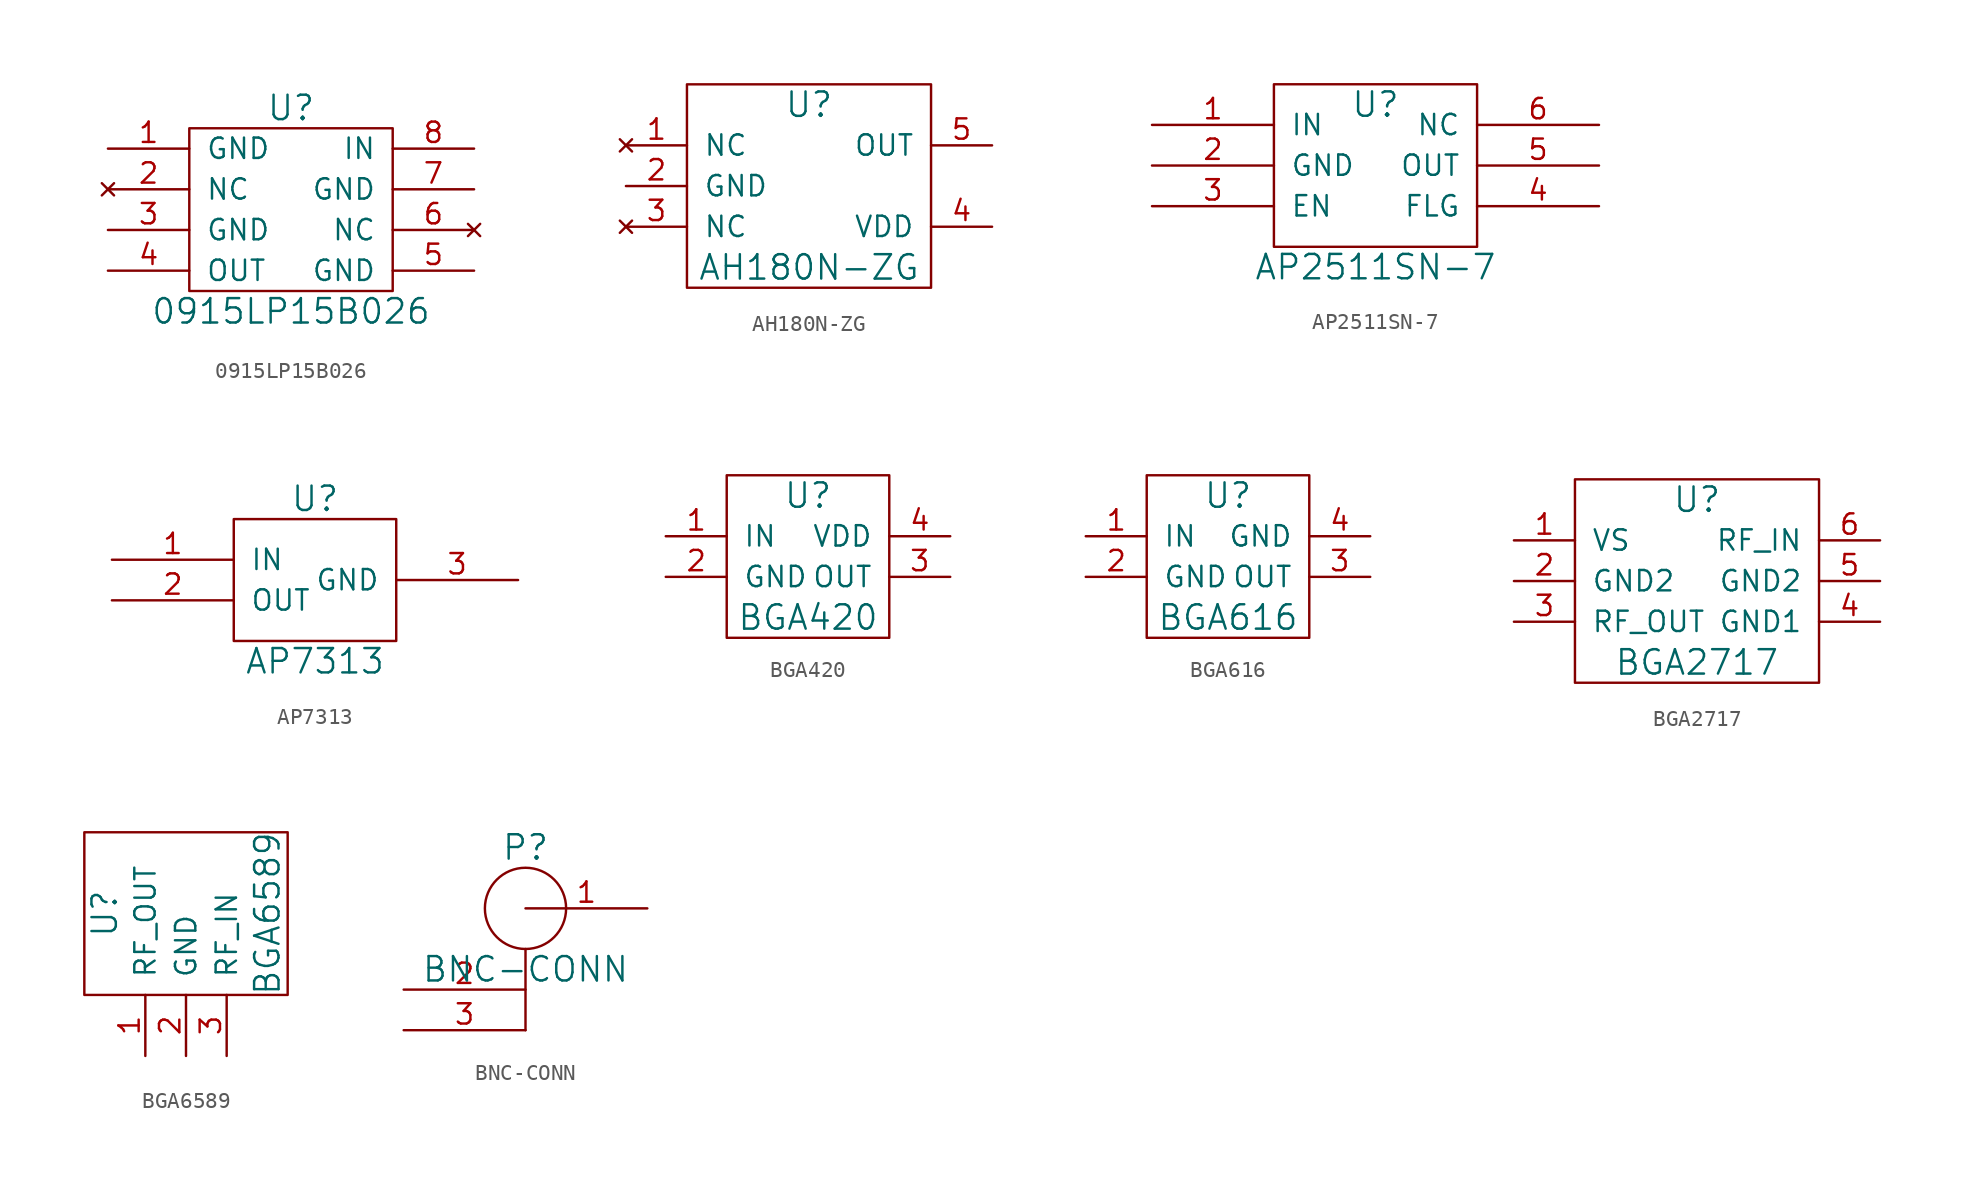
<source format=kicad_sym>
(kicad_symbol_lib
  (version 20211014)
  (generator kicad_symbol_editor)
  (symbol "0915LP15B026"
    (pin_names
      (offset 1.016))
    (property "Reference" "U"
      (at 0 6.35 0)
      (effects (font (size 1.524 1.524))))
    (property "Value" "0915LP15B026"
      (at 0 -6.35 0)
      (effects (font (size 1.524 1.524))))
    (property "Footprint" ""
      (at 0 0 0)
      (effects (font (size 1.524 1.524))))
    (property "Datasheet" ""
      (at 0 0 0)
      (effects (font (size 1.524 1.524))))
    (symbol "0915LP15B026_0_1"
      (rectangle (start -6.35 5.08) (end 6.35 -5.08) (stroke (width 0) (type default) (color 0 0 0 0)) (fill (type none))))
    (symbol "0915LP15B026_1_1"
      (pin power_in line (at -11.43 3.81 0) (length 5.08) (name "GND" (effects (font (size 1.27 1.27)))) (number "1" (effects (font (size 1.27 1.27)))))
      (pin no_connect line (at -11.43 1.27 0) (length 5.08) (name "NC" (effects (font (size 1.27 1.27)))) (number "2" (effects (font (size 1.27 1.27)))))
      (pin power_in line (at -11.43 -1.27 0) (length 5.08) (name "GND" (effects (font (size 1.27 1.27)))) (number "3" (effects (font (size 1.27 1.27)))))
      (pin bidirectional line (at -11.43 -3.81 0) (length 5.08) (name "OUT" (effects (font (size 1.27 1.27)))) (number "4" (effects (font (size 1.27 1.27)))))
      (pin power_in line (at 11.43 -3.81 180) (length 5.08) (name "GND" (effects (font (size 1.27 1.27)))) (number "5" (effects (font (size 1.27 1.27)))))
      (pin no_connect line (at 11.43 -1.27 180) (length 5.08) (name "NC" (effects (font (size 1.27 1.27)))) (number "6" (effects (font (size 1.27 1.27)))))
      (pin power_in line (at 11.43 1.27 180) (length 5.08) (name "GND" (effects (font (size 1.27 1.27)))) (number "7" (effects (font (size 1.27 1.27)))))
      (pin bidirectional line (at 11.43 3.81 180) (length 5.08) (name "IN" (effects (font (size 1.27 1.27)))) (number "8" (effects (font (size 1.27 1.27)))))))
  (symbol "AH180N-ZG"
    (pin_names
      (offset 1.016))
    (property "Reference" "U"
      (at 0 5.08 0)
      (effects (font (size 1.524 1.524))))
    (property "Value" "AH180N-ZG"
      (at 0 -5.08 0)
      (effects (font (size 1.524 1.524))))
    (property "Footprint" ""
      (at 0 0 0)
      (effects (font (size 1.524 1.524))))
    (property "Datasheet" ""
      (at 0 0 0)
      (effects (font (size 1.524 1.524))))
    (symbol "AH180N-ZG_0_1"
      (rectangle (start -7.62 6.35) (end 7.62 -6.35) (stroke (width 0) (type default) (color 0 0 0 0)) (fill (type none))))
    (symbol "AH180N-ZG_1_1"
      (pin no_connect line (at -11.43 2.54 0) (length 3.81) (name "NC" (effects (font (size 1.27 1.27)))) (number "1" (effects (font (size 1.27 1.27)))))
      (pin power_in line (at -11.43 0 0) (length 3.81) (name "GND" (effects (font (size 1.27 1.27)))) (number "2" (effects (font (size 1.27 1.27)))))
      (pin no_connect line (at -11.43 -2.54 0) (length 3.81) (name "NC" (effects (font (size 1.27 1.27)))) (number "3" (effects (font (size 1.27 1.27)))))
      (pin power_in line (at 11.43 -2.54 180) (length 3.81) (name "VDD" (effects (font (size 1.27 1.27)))) (number "4" (effects (font (size 1.27 1.27)))))
      (pin output line (at 11.43 2.54 180) (length 3.81) (name "OUT" (effects (font (size 1.27 1.27)))) (number "5" (effects (font (size 1.27 1.27)))))))
  (symbol "AP2511SN-7"
    (pin_names
      (offset 1.016))
    (property "Reference" "U"
      (at 0 3.81 0)
      (effects (font (size 1.524 1.524))))
    (property "Value" "AP2511SN-7"
      (at 0 -6.35 0)
      (effects (font (size 1.524 1.524))))
    (property "Footprint" ""
      (at 0 0 0)
      (effects (font (size 1.524 1.524))))
    (property "Datasheet" ""
      (at 0 0 0)
      (effects (font (size 1.524 1.524))))
    (symbol "AP2511SN-7_0_1"
      (rectangle (start -6.35 5.08) (end 6.35 -5.08) (stroke (width 0) (type default) (color 0 0 0 0)) (fill (type none))))
    (symbol "AP2511SN-7_1_1"
      (pin input line (at -13.97 2.54 0) (length 7.62) (name "IN" (effects (font (size 1.27 1.27)))) (number "1" (effects (font (size 1.27 1.27)))))
      (pin input line (at -13.97 0 0) (length 7.62) (name "GND" (effects (font (size 1.27 1.27)))) (number "2" (effects (font (size 1.27 1.27)))))
      (pin input line (at -13.97 -2.54 0) (length 7.62) (name "EN" (effects (font (size 1.27 1.27)))) (number "3" (effects (font (size 1.27 1.27)))))
      (pin output line (at 13.97 -2.54 180) (length 7.62) (name "FLG" (effects (font (size 1.27 1.27)))) (number "4" (effects (font (size 1.27 1.27)))))
      (pin input line (at 13.97 0 180) (length 7.62) (name "OUT" (effects (font (size 1.27 1.27)))) (number "5" (effects (font (size 1.27 1.27)))))
      (pin input line (at 13.97 2.54 180) (length 7.62) (name "NC" (effects (font (size 1.27 1.27)))) (number "6" (effects (font (size 1.27 1.27)))))))
  (symbol "AP7313"
    (pin_names
      (offset 1.016))
    (property "Reference" "U"
      (at 0 5.08 0)
      (effects (font (size 1.524 1.524))))
    (property "Value" "AP7313"
      (at 0 -5.08 0)
      (effects (font (size 1.524 1.524))))
    (property "Footprint" ""
      (at 0 0 0)
      (effects (font (size 1.524 1.524))))
    (property "Datasheet" ""
      (at 0 0 0)
      (effects (font (size 1.524 1.524))))
    (symbol "AP7313_0_1"
      (rectangle (start -5.08 3.81) (end 5.08 -3.81) (stroke (width 0) (type default) (color 0 0 0 0)) (fill (type none))))
    (symbol "AP7313_1_1"
      (pin power_in line (at -12.7 1.27 0) (length 7.62) (name "IN" (effects (font (size 1.27 1.27)))) (number "1" (effects (font (size 1.27 1.27)))))
      (pin power_out line (at -12.7 -1.27 0) (length 7.62) (name "OUT" (effects (font (size 1.27 1.27)))) (number "2" (effects (font (size 1.27 1.27)))))
      (pin power_in line (at 12.7 0 180) (length 7.62) (name "GND" (effects (font (size 1.27 1.27)))) (number "3" (effects (font (size 1.27 1.27)))))))
  (symbol "BGA420"
    (pin_names
      (offset 1.016))
    (property "Reference" "U"
      (at 0 3.81 0)
      (effects (font (size 1.524 1.524))))
    (property "Value" "BGA420"
      (at 0 -3.81 0)
      (effects (font (size 1.524 1.524))))
    (property "Footprint" ""
      (at 0 0 0)
      (effects (font (size 1.524 1.524))))
    (property "Datasheet" ""
      (at 0 0 0)
      (effects (font (size 1.524 1.524))))
    (symbol "BGA420_0_1"
      (rectangle (start -5.08 5.08) (end 5.08 -5.08) (stroke (width 0) (type default) (color 0 0 0 0)) (fill (type none))))
    (symbol "BGA420_1_1"
      (pin input line (at -8.89 1.27 0) (length 3.81) (name "IN" (effects (font (size 1.27 1.27)))) (number "1" (effects (font (size 1.27 1.27)))))
      (pin power_in line (at -8.89 -1.27 0) (length 3.81) (name "GND" (effects (font (size 1.27 1.27)))) (number "2" (effects (font (size 1.27 1.27)))))
      (pin output line (at 8.89 -1.27 180) (length 3.81) (name "OUT" (effects (font (size 1.27 1.27)))) (number "3" (effects (font (size 1.27 1.27)))))
      (pin power_in line (at 8.89 1.27 180) (length 3.81) (name "VDD" (effects (font (size 1.27 1.27)))) (number "4" (effects (font (size 1.27 1.27)))))))
  (symbol "BGA616"
    (pin_names
      (offset 1.016))
    (property "Reference" "U"
      (at 0 3.81 0)
      (effects (font (size 1.524 1.524))))
    (property "Value" "BGA616"
      (at 0 -3.81 0)
      (effects (font (size 1.524 1.524))))
    (property "Footprint" ""
      (at 0 0 0)
      (effects (font (size 1.524 1.524))))
    (property "Datasheet" ""
      (at 0 0 0)
      (effects (font (size 1.524 1.524))))
    (symbol "BGA616_0_1"
      (rectangle (start -5.08 5.08) (end 5.08 -5.08) (stroke (width 0) (type default) (color 0 0 0 0)) (fill (type none))))
    (symbol "BGA616_1_1"
      (pin input line (at -8.89 1.27 0) (length 3.81) (name "IN" (effects (font (size 1.27 1.27)))) (number "1" (effects (font (size 1.27 1.27)))))
      (pin power_in line (at -8.89 -1.27 0) (length 3.81) (name "GND" (effects (font (size 1.27 1.27)))) (number "2" (effects (font (size 1.27 1.27)))))
      (pin output line (at 8.89 -1.27 180) (length 3.81) (name "OUT" (effects (font (size 1.27 1.27)))) (number "3" (effects (font (size 1.27 1.27)))))
      (pin power_in line (at 8.89 1.27 180) (length 3.81) (name "GND" (effects (font (size 1.27 1.27)))) (number "4" (effects (font (size 1.27 1.27)))))))
  (symbol "BGA2717"
    (pin_names
      (offset 1.016))
    (property "Reference" "U"
      (at 0 5.08 0)
      (effects (font (size 1.524 1.524))))
    (property "Value" "BGA2717"
      (at 0 -5.08 0)
      (effects (font (size 1.524 1.524))))
    (property "Footprint" ""
      (at 0 0 0)
      (effects (font (size 1.524 1.524))))
    (property "Datasheet" ""
      (at 0 0 0)
      (effects (font (size 1.524 1.524))))
    (symbol "BGA2717_0_1"
      (rectangle (start -7.62 6.35) (end 7.62 -6.35) (stroke (width 0) (type default) (color 0 0 0 0)) (fill (type none))))
    (symbol "BGA2717_1_1"
      (pin power_in line (at -11.43 2.54 0) (length 3.81) (name "VS" (effects (font (size 1.27 1.27)))) (number "1" (effects (font (size 1.27 1.27)))))
      (pin power_in line (at -11.43 0 0) (length 3.81) (name "GND2" (effects (font (size 1.27 1.27)))) (number "2" (effects (font (size 1.27 1.27)))))
      (pin output line (at -11.43 -2.54 0) (length 3.81) (name "RF_OUT" (effects (font (size 1.27 1.27)))) (number "3" (effects (font (size 1.27 1.27)))))
      (pin power_in line (at 11.43 -2.54 180) (length 3.81) (name "GND1" (effects (font (size 1.27 1.27)))) (number "4" (effects (font (size 1.27 1.27)))))
      (pin power_in line (at 11.43 0 180) (length 3.81) (name "GND2" (effects (font (size 1.27 1.27)))) (number "5" (effects (font (size 1.27 1.27)))))
      (pin input line (at 11.43 2.54 180) (length 3.81) (name "RF_IN" (effects (font (size 1.27 1.27)))) (number "6" (effects (font (size 1.27 1.27)))))))
  (symbol "BGA6589"
    (pin_names
      (offset 1.016))
    (property "Reference" "U"
      (at -5.08 1.27 90)
      (effects (font (size 1.524 1.524))))
    (property "Value" "BGA6589"
      (at 5.08 1.27 90)
      (effects (font (size 1.524 1.524))))
    (property "Footprint" ""
      (at 0 0 0)
      (effects (font (size 1.524 1.524))))
    (property "Datasheet" ""
      (at 0 0 0)
      (effects (font (size 1.524 1.524))))
    (symbol "BGA6589_0_1"
      (rectangle (start -6.35 -3.81) (end 6.35 6.35) (stroke (width 0) (type default) (color 0 0 0 0)) (fill (type none))))
    (symbol "BGA6589_1_1"
      (pin output line (at -2.54 -7.62 90) (length 3.81) (name "RF_OUT" (effects (font (size 1.27 1.27)))) (number "1" (effects (font (size 1.27 1.27)))))
      (pin power_in line (at 0 -7.62 90) (length 3.81) (name "GND" (effects (font (size 1.27 1.27)))) (number "2" (effects (font (size 1.27 1.27)))))
      (pin input line (at 2.54 -7.62 90) (length 3.81) (name "RF_IN" (effects (font (size 1.27 1.27)))) (number "3" (effects (font (size 1.27 1.27)))))))
  (symbol "BNC-CONN"
    (pin_names
      (offset 0) hide)
    (property "Reference" "P"
      (at 0 3.81 0)
      (effects (font (size 1.524 1.524))))
    (property "Value" "BNC-CONN"
      (at 0 -3.81 0)
      (effects (font (size 1.524 1.524))))
    (property "Footprint" ""
      (at 0 0 0)
      (effects (font (size 1.524 1.524))))
    (property "Datasheet" ""
      (at 0 0 0)
      (effects (font (size 1.524 1.524))))
    (symbol "BNC-CONN_0_1"
      (polyline (pts (xy 0 -7.62) (xy 0 -2.54)) (stroke (width 0) (type default) (color 0 0 0 0)) (fill (type none)))
      (circle (center 0 0) (radius 2.54) (stroke (width 0) (type default) (color 0 0 0 0)) (fill (type none))))
    (symbol "BNC-CONN_1_1"
      (pin bidirectional line (at 7.62 0 180) (length 7.62) (name "RF" (effects (font (size 1.27 1.27)))) (number "1" (effects (font (size 1.27 1.27)))))
      (pin power_in line (at -7.62 -5.08 0) (length 7.62) (name "GND" (effects (font (size 1.27 1.27)))) (number "2" (effects (font (size 1.27 1.27)))))
      (pin power_in line (at -7.62 -7.62 0) (length 7.62) (name "GND" (effects (font (size 1.27 1.27)))) (number "3" (effects (font (size 1.27 1.27))))))))
</source>
